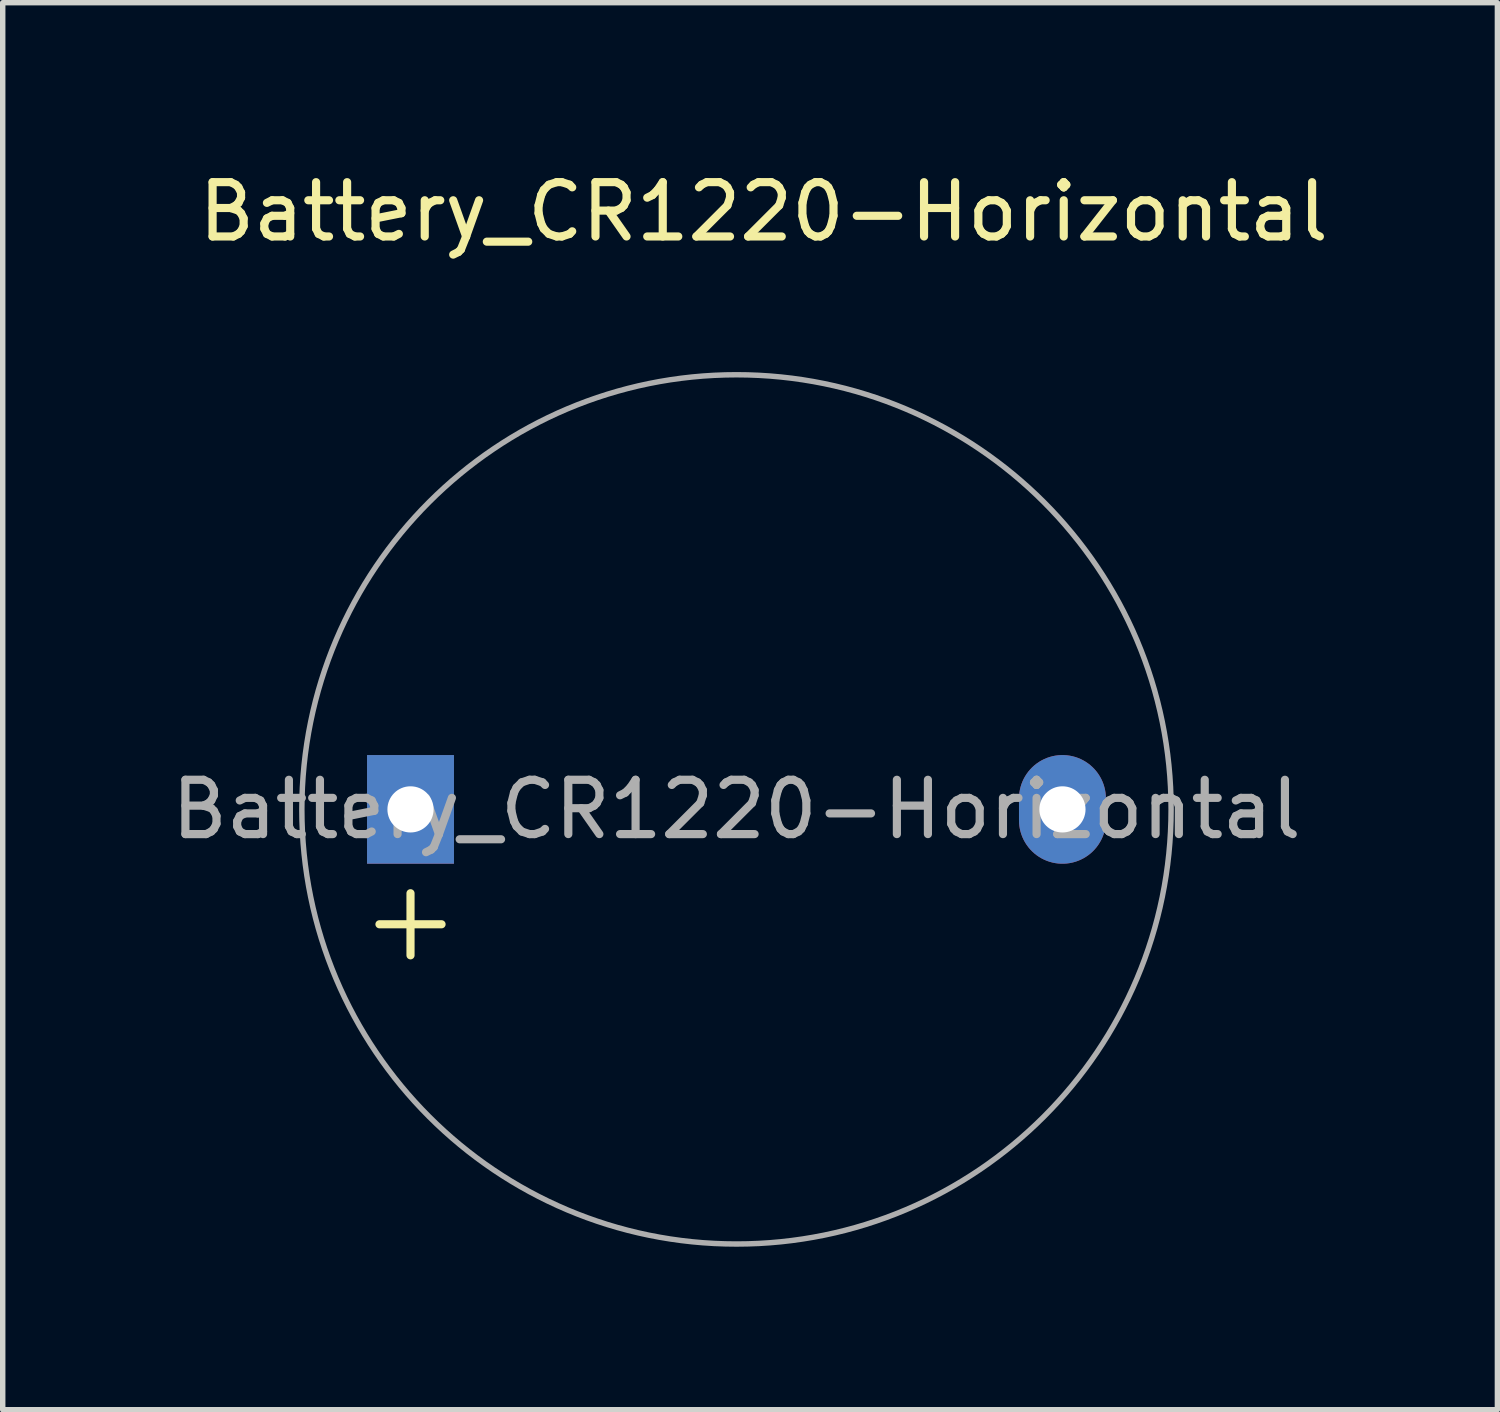
<source format=kicad_pcb>
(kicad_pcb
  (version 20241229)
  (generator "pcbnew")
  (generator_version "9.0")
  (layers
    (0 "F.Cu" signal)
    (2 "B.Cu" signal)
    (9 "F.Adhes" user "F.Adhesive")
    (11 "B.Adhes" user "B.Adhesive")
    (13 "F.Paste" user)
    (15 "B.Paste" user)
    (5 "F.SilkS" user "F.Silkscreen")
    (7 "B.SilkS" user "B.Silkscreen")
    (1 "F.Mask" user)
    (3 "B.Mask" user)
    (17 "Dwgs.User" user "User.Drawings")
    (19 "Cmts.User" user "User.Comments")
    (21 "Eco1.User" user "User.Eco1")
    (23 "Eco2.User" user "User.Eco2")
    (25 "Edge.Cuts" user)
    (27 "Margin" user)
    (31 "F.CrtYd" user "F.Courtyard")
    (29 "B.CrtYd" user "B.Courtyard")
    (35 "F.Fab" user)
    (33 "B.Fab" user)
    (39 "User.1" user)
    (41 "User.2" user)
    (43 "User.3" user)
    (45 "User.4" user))
  (footprint "Battery_CR1220-Horizontal"
    (layer "F.Cu")
    (at 10.506 11.848)
    (property "Reference" "Battery_CR1220-Horizontal" (at 0.5 -11 0) (layer "F.SilkS") (effects (font (size 1 1) (thickness 0.15))))
    (attr through_hole)
    (fp_circle (center 0 0) (end 8 0) (stroke (width 0.1) (type default)) (fill no) (layer "F.Fab"))
    (fp_text user "+" (at -6 2 0) (layer "F.SilkS") (effects (font (size 1.5 1.5) (thickness 0.15))))
    (fp_text user "${REFERENCE}" (at 0 0 0) (layer "F.Fab") (effects (font (size 1 1) (thickness 0.15))))
    (pad "1" thru_hole oval (at 6 0) (size 1.6 2) (drill 0.85) (layers "*.Cu" "*.Mask"))
    (pad "2" thru_hole rect (at -6 0) (size 1.6 2) (drill 0.85) (layers "*.Cu" "*.Mask")))
  (gr_rect
    (start -3 -3)
    (end 24.512 22.898)
    (stroke (width 0.1) (type default))
    (fill no)
    (layer "Edge.Cuts")))
</source>
